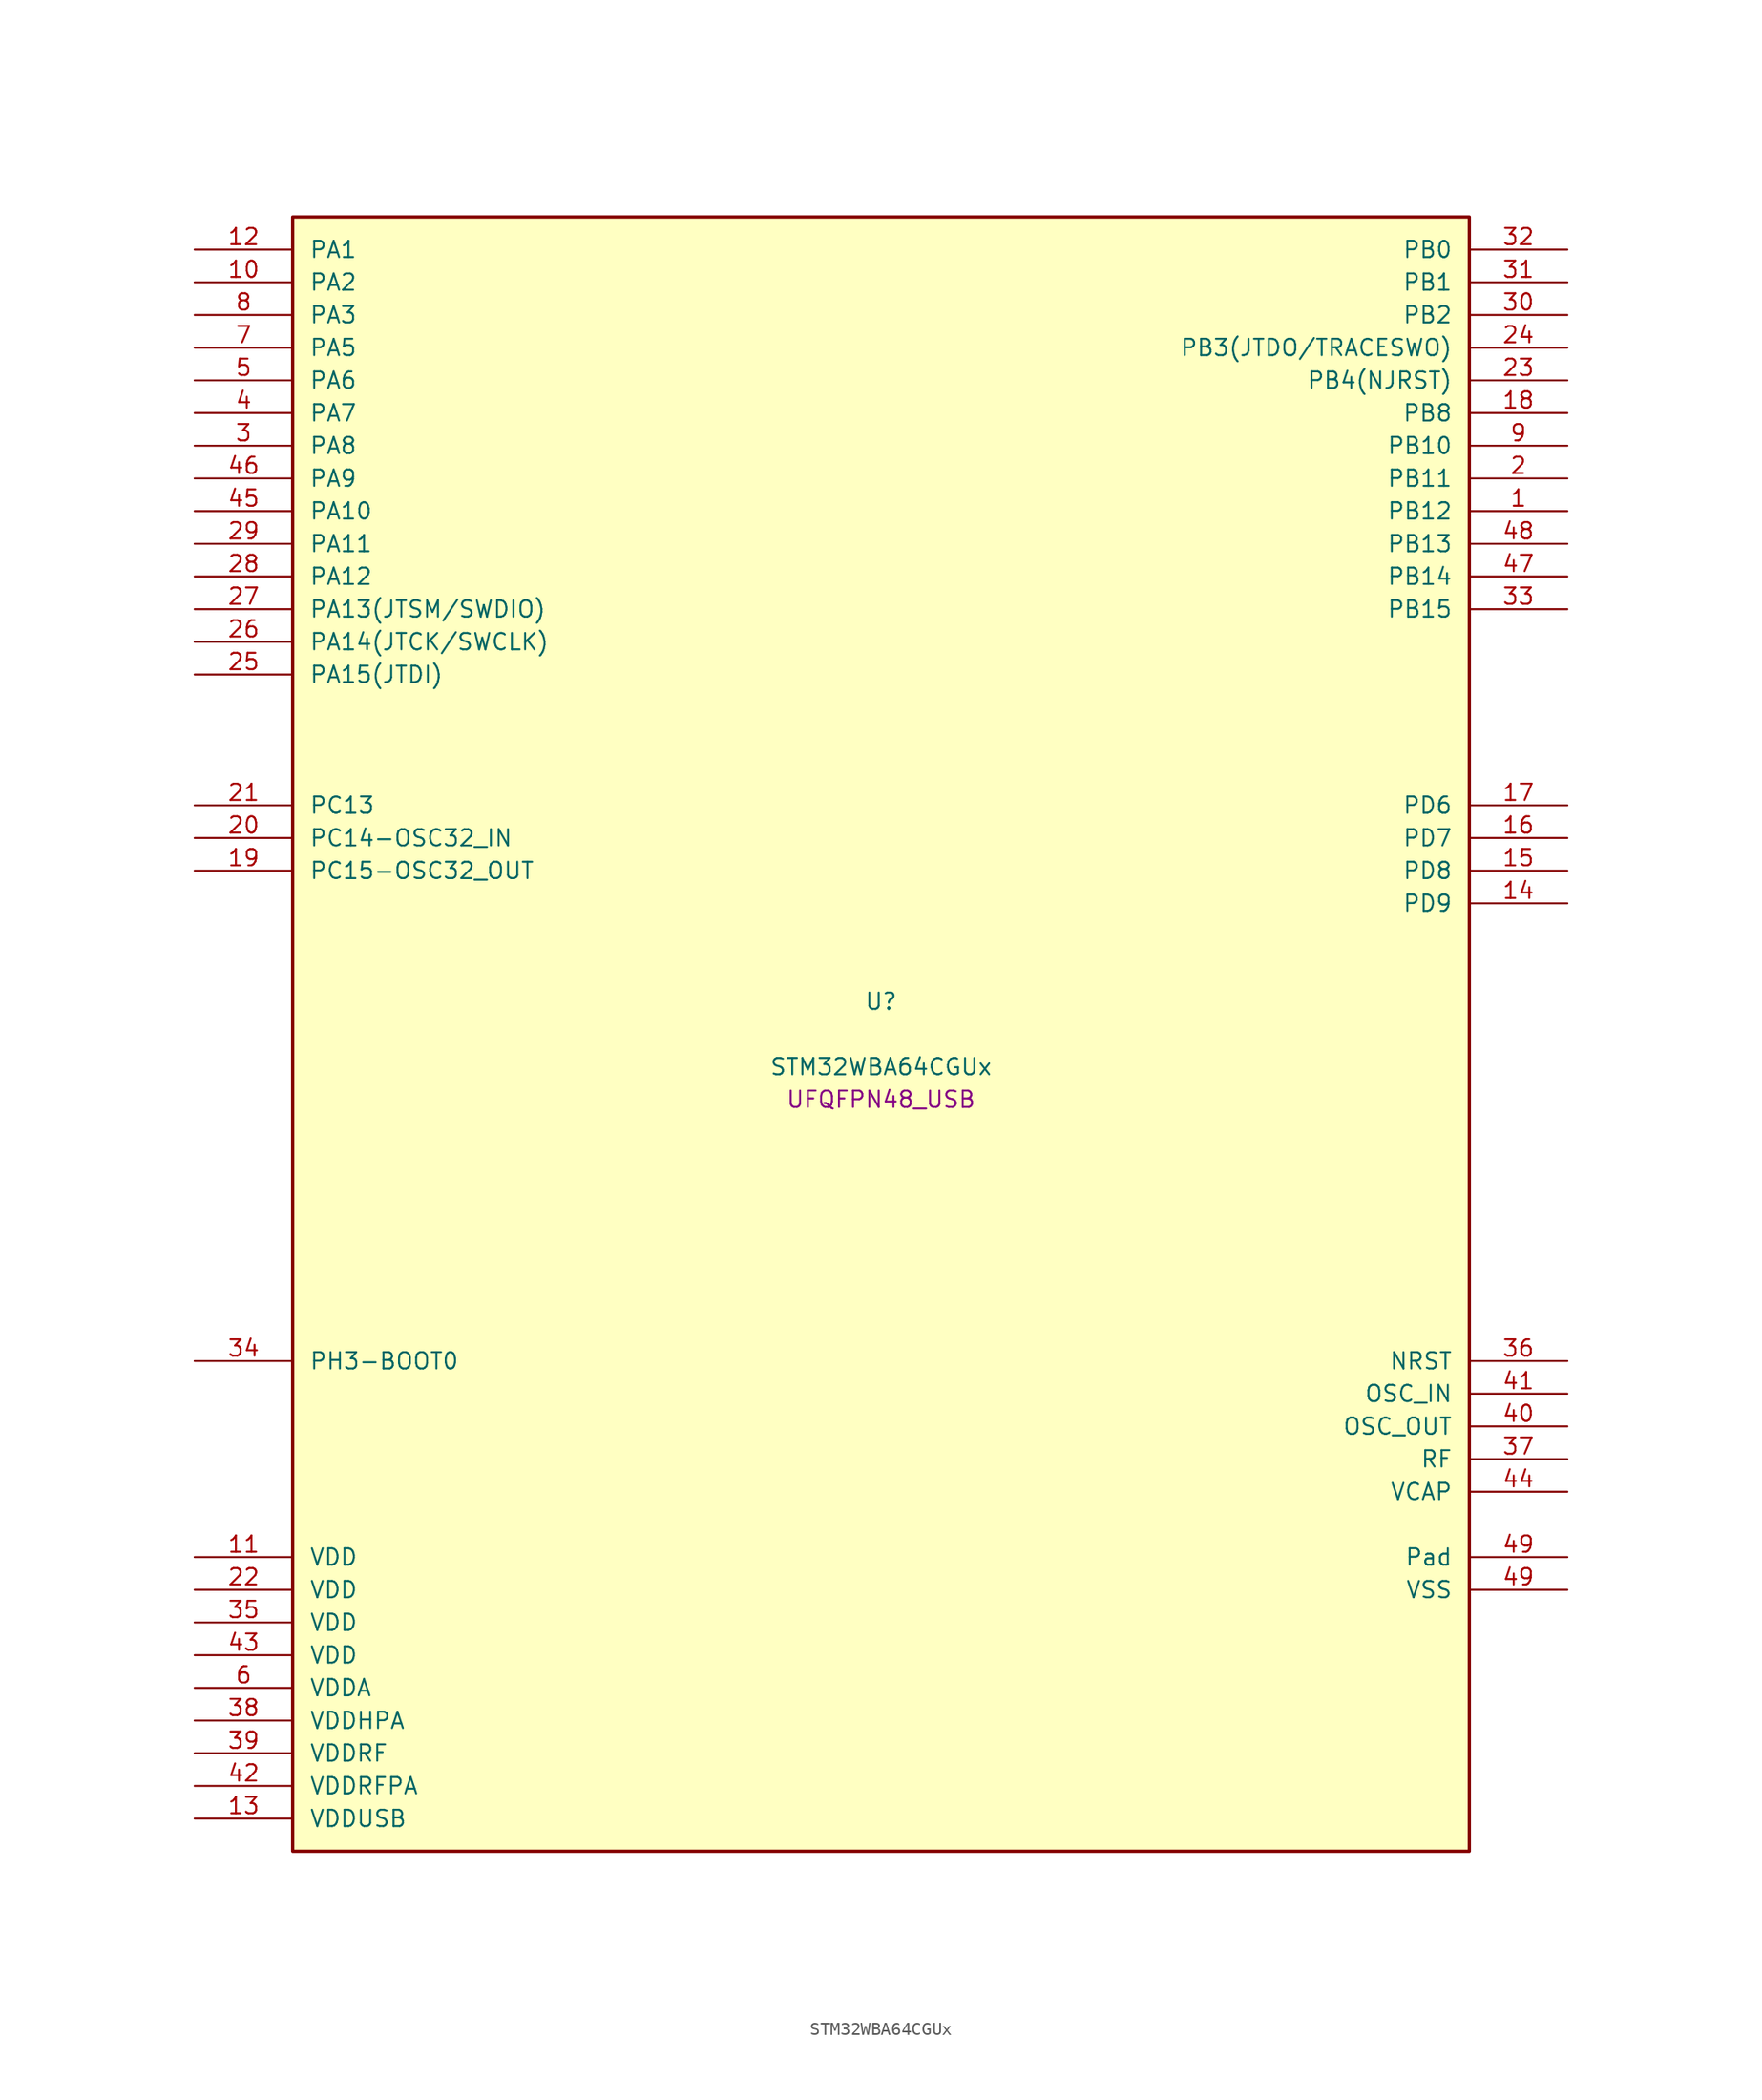
<source format=kicad_sym>
(kicad_symbol_lib
  (version 20241209)
  (generator "stm32_pkl_generator")
  (generator_version "1.0")
  (symbol "STM32WBA64CGUx"
    (pin_names
      (offset 1.27))
    (property "Reference" "U"
      (at 0 2.54 0))
    (property "Value" "STM32WBA64CGUx"
      (at 0 -2.54 0))
    (property "Footprint" "UFQFPN48_USB"
      (at 0 -5.08 0))
    (symbol "STM32WBA64CGUx_1_1"
      (rectangle (start -45.72 63.5) (end 45.72 -63.5) (stroke (width 0.254) (type solid)) (fill (type background)))
      (pin bidirectional line (at -53.34 60.96 0) (length 7.62) (name "PA1") (number "12") (alternate "PA1/ADC4_IN8" bidirectional line) (alternate "PA1/COMP1_INM" bidirectional line) (alternate "PA1/LPTIM2_CH2" bidirectional line) (alternate "PA1/LPUART1_RX" bidirectional line) (alternate "PA1/PWR_WKUP3" bidirectional line) (alternate "PA1/SAI1_CK1" bidirectional line) (alternate "PA1/SPI1_RDY" bidirectional line) (alternate "PA1/SPI3_MISO" bidirectional line) (alternate "PA1/TIM17_CH1" bidirectional line) (alternate "PA1/TIM1_CH1N" bidirectional line) (alternate "PA1/TIM3_CH2" bidirectional line) (alternate "PA1/TSC_G2_IO1" bidirectional line) (alternate "PA1/USART1_CK" bidirectional line))
      (pin bidirectional line (at -53.34 58.42 0) (length 7.62) (name "PA2") (number "10") (alternate "PA2/ADC4_IN7" bidirectional line) (alternate "PA2/COMP1_INP" bidirectional line) (alternate "PA2/LPUART1_TX" bidirectional line) (alternate "PA2/PWR_WKUP4" bidirectional line) (alternate "PA2/RCC_LSCO" bidirectional line) (alternate "PA2/SAI1_D1" bidirectional line) (alternate "PA2/TIM16_CH1" bidirectional line) (alternate "PA2/TIM1_BKIN" bidirectional line) (alternate "PA2/TIM3_CH1" bidirectional line) (alternate "PA2/TSC_G4_IO4" bidirectional line) (alternate "PA2/USART1_DE" bidirectional line) (alternate "PA2/USART1_RTS" bidirectional line))
      (pin bidirectional line (at -53.34 55.88 0) (length 7.62) (name "PA3") (number "8") (alternate "PA3/ADC4_IN6" bidirectional line) (alternate "PA3/PWR_WKUP5" bidirectional line) (alternate "PA3/TIM16_CH1N" bidirectional line) (alternate "PA3/TSC_G4_IO2" bidirectional line) (alternate "PA3/USART1_DE" bidirectional line) (alternate "PA3/USART1_RTS" bidirectional line))
      (pin bidirectional line (at -53.34 53.34 0) (length 7.62) (name "PA5") (number "7") (alternate "PA5/ADC4_IN4" bidirectional line) (alternate "PA5/AUDIOCLK" bidirectional line) (alternate "PA5/LPTIM2_ETR" bidirectional line) (alternate "PA5/PWR_CSLEEP" bidirectional line) (alternate "PA5/PWR_WKUP6" bidirectional line) (alternate "PA5/SAI1_D2" bidirectional line) (alternate "PA5/SPI3_NSS" bidirectional line) (alternate "PA5/TIM2_CH1" bidirectional line) (alternate "PA5/TIM2_ETR" bidirectional line) (alternate "PA5/TSC_G1_IO4" bidirectional line) (alternate "PA5/USART1_CK" bidirectional line) (alternate "PA5/USART3_RX" bidirectional line))
      (pin bidirectional line (at -53.34 50.8 0) (length 7.62) (name "PA6") (number "5") (alternate "PA6/ADC4_IN3" bidirectional line) (alternate "PA6/I2C3_SCL" bidirectional line) (alternate "PA6/PWR_CSTOP" bidirectional line) (alternate "PA6/PWR_WKUP7" bidirectional line) (alternate "PA6/SAI1_CK2" bidirectional line) (alternate "PA6/SAI1_MCLK_A" bidirectional line) (alternate "PA6/SPI3_RDY" bidirectional line) (alternate "PA6/TIM2_CH4" bidirectional line) (alternate "PA6/TSC_G1_IO3" bidirectional line) (alternate "PA6/USART1_DE" bidirectional line) (alternate "PA6/USART1_RTS" bidirectional line) (alternate "PA6/USART3_CTS" bidirectional line))
      (pin bidirectional line (at -53.34 48.26 0) (length 7.62) (name "PA7") (number "4") (alternate "PA7/ADC4_IN2" bidirectional line) (alternate "PA7/COMP1_OUT" bidirectional line) (alternate "PA7/I2C3_SDA" bidirectional line) (alternate "PA7/PWR_WKUP8" bidirectional line) (alternate "PA7/SAI1_SCK_A" bidirectional line) (alternate "PA7/SPI3_SCK" bidirectional line) (alternate "PA7/TAMP_IN1" bidirectional line) (alternate "PA7/TAMP_OUT2" bidirectional line) (alternate "PA7/TIM2_CH3" bidirectional line) (alternate "PA7/TSC_G1_IO2" bidirectional line) (alternate "PA7/USART1_CTS" bidirectional line) (alternate "PA7/USART3_TX" bidirectional line))
      (pin bidirectional line (at -53.34 45.72 0) (length 7.62) (name "PA8") (number "3") (alternate "PA8/ADC4_IN1" bidirectional line) (alternate "PA8/LPTIM1_CH2" bidirectional line) (alternate "PA8/RCC_MCO" bidirectional line) (alternate "PA8/SAI1_FS_A" bidirectional line) (alternate "PA8/SPI3_RDY" bidirectional line) (alternate "PA8/TIM2_CH2" bidirectional line) (alternate "PA8/TSC_G1_IO1" bidirectional line) (alternate "PA8/USART1_RX" bidirectional line) (alternate "PA8/USB_OTG_HS_SOF" bidirectional line))
      (pin bidirectional line (at -53.34 43.18 0) (length 7.62) (name "PA9") (number "46") (alternate "PA9/LPUART1_DE" bidirectional line) (alternate "PA9/LPUART1_RTS" bidirectional line) (alternate "PA9/SAI1_CK1" bidirectional line) (alternate "PA9/TIM3_CH2" bidirectional line))
      (pin bidirectional line (at -53.34 40.64 0) (length 7.62) (name "PA10") (number "45") (alternate "PA10/LPUART1_RX" bidirectional line) (alternate "PA10/SAI1_D1" bidirectional line) (alternate "PA10/TIM3_CH1" bidirectional line))
      (pin bidirectional line (at -53.34 38.1 0) (length 7.62) (name "PA11") (number "29") (alternate "PA11/LPTIM2_CH1" bidirectional line) (alternate "PA11/RF_ANTSW1" bidirectional line) (alternate "PA11/TIM1_CH1" bidirectional line) (alternate "PA11/USART2_RX" bidirectional line))
      (pin bidirectional line (at -53.34 35.56 0) (length 7.62) (name "PA12") (number "28") (alternate "PA12/PTA_STATUS" bidirectional line) (alternate "PA12/PWR_WKUP6" bidirectional line) (alternate "PA12/RF_ANTSW0" bidirectional line) (alternate "PA12/SPI1_NSS" bidirectional line) (alternate "PA12/TIM1_CH2" bidirectional line) (alternate "PA12/TSC_G3_IO4" bidirectional line) (alternate "PA12/USART2_TX" bidirectional line))
      (pin bidirectional line (at -53.34 33.02 0) (length 7.62) (name "PA13(JTSM/SWDIO)") (number "27") (alternate "PA13(JTSM/SWDIO)/DEBUG_JTMS-SWDIO" bidirectional line) (alternate "PA13(JTSM/SWDIO)/PTA_PRIORITY" bidirectional line))
      (pin bidirectional line (at -53.34 30.48 0) (length 7.62) (name "PA14(JTCK/SWCLK)") (number "26") (alternate "PA14(JTCK/SWCLK)/DEBUG_JTCK-SWCLK" bidirectional line) (alternate "PA14(JTCK/SWCLK)/I2C4_SMBA" bidirectional line) (alternate "PA14(JTCK/SWCLK)/PTA_STATUS" bidirectional line) (alternate "PA14(JTCK/SWCLK)/TAMP_IN3" bidirectional line) (alternate "PA14(JTCK/SWCLK)/TAMP_OUT6" bidirectional line) (alternate "PA14(JTCK/SWCLK)/USART2_TX" bidirectional line) (alternate "PA14(JTCK/SWCLK)/USB_OTG_HS_SOF" bidirectional line))
      (pin bidirectional line (at -53.34 27.94 0) (length 7.62) (name "PA15(JTDI)") (number "25") (alternate "PA15(JTDI)/ADC4_EXTI15" bidirectional line) (alternate "PA15(JTDI)/DEBUG_JTDI" bidirectional line) (alternate "PA15(JTDI)/I2C1_SCL" bidirectional line) (alternate "PA15(JTDI)/LPTIM1_CH2" bidirectional line) (alternate "PA15(JTDI)/PTA_STATUS" bidirectional line) (alternate "PA15(JTDI)/SPI1_MOSI" bidirectional line) (alternate "PA15(JTDI)/TIM17_BKIN" bidirectional line) (alternate "PA15(JTDI)/TIM1_ETR" bidirectional line) (alternate "PA15(JTDI)/TSC_G3_IO3" bidirectional line) (alternate "PA15(JTDI)/USART2_DE" bidirectional line) (alternate "PA15(JTDI)/USART2_RTS" bidirectional line) (alternate "PA15(JTDI)/USART3_DE" bidirectional line) (alternate "PA15(JTDI)/USART3_RTS" bidirectional line))
      (pin bidirectional line (at 53.34 60.96 180) (length 7.62) (name "PB0") (number "32") (alternate "PB0/LPTIM2_IN2" bidirectional line) (alternate "PB0/TIM1_CH3N" bidirectional line) (alternate "PB0/USART2_TX" bidirectional line) (alternate "PB0/USART3_CK" bidirectional line))
      (pin bidirectional line (at 53.34 58.42 180) (length 7.62) (name "PB1") (number "31") (alternate "PB1/I2C1_SDA" bidirectional line) (alternate "PB1/I2C3_SDA" bidirectional line) (alternate "PB1/PWR_WKUP4" bidirectional line) (alternate "PB1/TIM1_CH2N" bidirectional line) (alternate "PB1/USART2_DE" bidirectional line) (alternate "PB1/USART2_RTS" bidirectional line) (alternate "PB1/USART3_DE" bidirectional line) (alternate "PB1/USART3_RTS" bidirectional line))
      (pin bidirectional line (at 53.34 55.88 180) (length 7.62) (name "PB2") (number "30") (alternate "PB2/I2C1_SCL" bidirectional line) (alternate "PB2/I2C3_SCL" bidirectional line) (alternate "PB2/PWR_WKUP1" bidirectional line) (alternate "PB2/RF_ANTSW2" bidirectional line) (alternate "PB2/RTC_OUT2" bidirectional line) (alternate "PB2/TIM1_CH1N" bidirectional line) (alternate "PB2/USART2_CTS" bidirectional line))
      (pin bidirectional line (at 53.34 53.34 180) (length 7.62) (name "PB3(JTDO/TRACESWO)") (number "24") (alternate "PB3(JTDO/TRACESWO)/DEBUG_JTDO-SWO" bidirectional line) (alternate "PB3(JTDO/TRACESWO)/I2C1_SDA" bidirectional line) (alternate "PB3(JTDO/TRACESWO)/LPTIM1_IN2" bidirectional line) (alternate "PB3(JTDO/TRACESWO)/PTA_ACTIVE" bidirectional line) (alternate "PB3(JTDO/TRACESWO)/SPI1_MISO" bidirectional line) (alternate "PB3(JTDO/TRACESWO)/TIM17_CH1N" bidirectional line) (alternate "PB3(JTDO/TRACESWO)/TIM1_CH4" bidirectional line) (alternate "PB3(JTDO/TRACESWO)/TSC_G3_IO2" bidirectional line) (alternate "PB3(JTDO/TRACESWO)/USART2_CK" bidirectional line))
      (pin bidirectional line (at 53.34 50.8 180) (length 7.62) (name "PB4(NJRST)") (number "23") (alternate "PB4(NJRST)/DEBUG_NJTRST" bidirectional line) (alternate "PB4(NJRST)/LPTIM2_IN2" bidirectional line) (alternate "PB4(NJRST)/PTA_ACTIVE" bidirectional line) (alternate "PB4(NJRST)/PTA_PRIORITY" bidirectional line) (alternate "PB4(NJRST)/SAI1_MCLK_B" bidirectional line) (alternate "PB4(NJRST)/SPI1_SCK" bidirectional line) (alternate "PB4(NJRST)/TIM17_CH1" bidirectional line) (alternate "PB4(NJRST)/TIM1_CH3" bidirectional line) (alternate "PB4(NJRST)/TSC_G3_IO1" bidirectional line) (alternate "PB4(NJRST)/USART2_RX" bidirectional line))
      (pin bidirectional line (at 53.34 48.26 180) (length 7.62) (name "PB8") (number "18") (alternate "PB8/COMP1_OUT" bidirectional line) (alternate "PB8/LPTIM1_ETR" bidirectional line) (alternate "PB8/PWR_PVD_IN" bidirectional line) (alternate "PB8/SPI3_MOSI" bidirectional line) (alternate "PB8/TIM16_CH1N" bidirectional line) (alternate "PB8/TIM1_CH1" bidirectional line) (alternate "PB8/TIM3_ETR" bidirectional line) (alternate "PB8/TIM4_CH3" bidirectional line) (alternate "PB8/TSC_G2_IO4" bidirectional line) (alternate "PB8/USART2_RX" bidirectional line))
      (pin bidirectional line (at 53.34 45.72 180) (length 7.62) (name "PB10") (number "9") (alternate "PB10/I2C2_SCL" bidirectional line) (alternate "PB10/I2C4_SCL" bidirectional line) (alternate "PB10/TIM16_BKIN" bidirectional line) (alternate "PB10/TSC_G4_IO3" bidirectional line) (alternate "PB10/USART1_CK" bidirectional line) (alternate "PB10/USART3_TX" bidirectional line))
      (pin bidirectional line (at 53.34 43.18 180) (length 7.62) (name "PB11") (number "2") (alternate "PB11/I2C2_SDA" bidirectional line) (alternate "PB11/I2C4_SDA" bidirectional line) (alternate "PB11/LPTIM1_CH1" bidirectional line) (alternate "PB11/LPTIM1_ETR" bidirectional line) (alternate "PB11/LPUART1_TX" bidirectional line) (alternate "PB11/USART3_RX" bidirectional line))
      (pin bidirectional line (at 53.34 40.64 180) (length 7.62) (name "PB12") (number "1") (alternate "PB12/I2C2_SMBA" bidirectional line) (alternate "PB12/SAI1_SD_A" bidirectional line) (alternate "PB12/SPI1_RDY" bidirectional line) (alternate "PB12/TIM2_CH1" bidirectional line) (alternate "PB12/TIM2_ETR" bidirectional line) (alternate "PB12/TIM3_ETR" bidirectional line) (alternate "PB12/TSC_SYNC" bidirectional line) (alternate "PB12/USART1_TX" bidirectional line) (alternate "PB12/USART3_CK" bidirectional line))
      (pin bidirectional line (at 53.34 38.1 180) (length 7.62) (name "PB13") (number "48") (alternate "PB13/I2C2_SCL" bidirectional line) (alternate "PB13/TIM3_CH4" bidirectional line) (alternate "PB13/TSC_G6_IO2" bidirectional line) (alternate "PB13/USART3_CTS" bidirectional line))
      (pin bidirectional line (at 53.34 35.56 180) (length 7.62) (name "PB14") (number "47") (alternate "PB14/I2C2_SDA" bidirectional line) (alternate "PB14/PWR_WKUP7" bidirectional line) (alternate "PB14/RTC_REFIN" bidirectional line) (alternate "PB14/SAI1_SD_A" bidirectional line) (alternate "PB14/TIM3_CH3" bidirectional line) (alternate "PB14/TSC_G6_IO1" bidirectional line) (alternate "PB14/USART1_TX" bidirectional line) (alternate "PB14/USART3_DE" bidirectional line) (alternate "PB14/USART3_RTS" bidirectional line))
      (pin bidirectional line (at 53.34 33.02 180) (length 7.62) (name "PB15") (number "33") (alternate "PB15/ADC4_EXTI15" bidirectional line) (alternate "PB15/I2C1_SMBA" bidirectional line) (alternate "PB15/I2C3_SMBA" bidirectional line) (alternate "PB15/LPUART1_CTS" bidirectional line) (alternate "PB15/PTA_GRANT" bidirectional line) (alternate "PB15/RF_EXTPABYP" bidirectional line) (alternate "PB15/TIM16_BKIN" bidirectional line) (alternate "PB15/TIM1_BKIN2" bidirectional line) (alternate "PB15/USART2_CTS" bidirectional line))
      (pin bidirectional line (at -53.34 17.78 0) (length 7.62) (name "PC13") (number "21") (alternate "PC13/PWR_WKUP2" bidirectional line) (alternate "PC13/RTC_OUT1" bidirectional line) (alternate "PC13/RTC_TS" bidirectional line) (alternate "PC13/TAMP_IN4" bidirectional line) (alternate "PC13/TAMP_OUT5" bidirectional line) (alternate "PC13/TIM1_BKIN2" bidirectional line) (alternate "PC13/TSC_G5_IO1" bidirectional line))
      (pin bidirectional line (at -53.34 15.24 0) (length 7.62) (name "PC14-OSC32_IN") (number "20") (alternate "PC14-OSC32_IN/RCC_OSC32_IN" bidirectional line))
      (pin bidirectional line (at -53.34 12.7 0) (length 7.62) (name "PC15-OSC32_OUT") (number "19") (alternate "PC15-OSC32_OUT/ADC4_EXTI15" bidirectional line) (alternate "PC15-OSC32_OUT/RCC_OSC32_OUT" bidirectional line))
      (pin bidirectional line (at 53.34 17.78 180) (length 7.62) (name "PD6") (number "17") (alternate "PD6/USB_OTG_HS_DP" bidirectional line))
      (pin bidirectional line (at 53.34 15.24 180) (length 7.62) (name "PD7") (number "16") (alternate "PD7/USB_OTG_HS_DM" bidirectional line))
      (pin bidirectional line (at 53.34 12.7 180) (length 7.62) (name "PD8") (number "15") (alternate "PD8/USART2_CK" bidirectional line) (alternate "PD8/USB_OTG_HS_ID" bidirectional line))
      (pin bidirectional line (at 53.34 10.16 180) (length 7.62) (name "PD9") (number "14") (alternate "PD9/USART2_TX" bidirectional line) (alternate "PD9/USART3_TX" bidirectional line) (alternate "PD9/USB_OTG_HS_VBUS" bidirectional line))
      (pin bidirectional line (at -53.34 -25.4 0) (length 7.62) (name "PH3-BOOT0") (number "34") (alternate "PH3-BOOT0/PTA_GRANT" bidirectional line) (alternate "PH3-BOOT0/RF_EXTPABYP" bidirectional line) (alternate "PH3-BOOT0/TAMP_IN2" bidirectional line) (alternate "PH3-BOOT0/TAMP_OUT1" bidirectional line))
      (pin input line (at 53.34 -25.4 180) (length 7.62) (name "NRST") (number "36"))
      (pin bidirectional line (at 53.34 -27.94 180) (length 7.62) (name "OSC_IN") (number "41") (alternate "OSC_IN/RCC_OSC_IN" bidirectional line))
      (pin bidirectional line (at 53.34 -30.48 180) (length 7.62) (name "OSC_OUT") (number "40") (alternate "OSC_OUT/RCC_OSC_OUT" bidirectional line))
      (pin bidirectional line (at 53.34 -33.02 180) (length 7.62) (name "RF") (number "37"))
      (pin power_in line (at 53.34 -35.56 180) (length 7.62) (name "VCAP") (number "44"))
      (pin power_in line (at -53.34 -40.64 0) (length 7.62) (name "VDD") (number "11"))
      (pin power_in line (at -53.34 -43.18 0) (length 7.62) (name "VDD") (number "22"))
      (pin power_in line (at -53.34 -45.72 0) (length 7.62) (name "VDD") (number "35"))
      (pin power_in line (at -53.34 -48.26 0) (length 7.62) (name "VDD") (number "43"))
      (pin power_in line (at -53.34 -50.8 0) (length 7.62) (name "VDDA") (number "6"))
      (pin power_in line (at -53.34 -53.34 0) (length 7.62) (name "VDDHPA") (number "38"))
      (pin power_in line (at -53.34 -55.88 0) (length 7.62) (name "VDDRF") (number "39"))
      (pin power_in line (at -53.34 -58.42 0) (length 7.62) (name "VDDRFPA") (number "42"))
      (pin power_in line (at -53.34 -60.96 0) (length 7.62) (name "VDDUSB") (number "13"))
      (pin passive line (at 53.34 -40.64 180) (length 7.62) (name "Pad") (number "49"))
      (pin power_in line (at 53.34 -43.18 180) (length 7.62) (name "VSS") (number "49")))))
</source>
